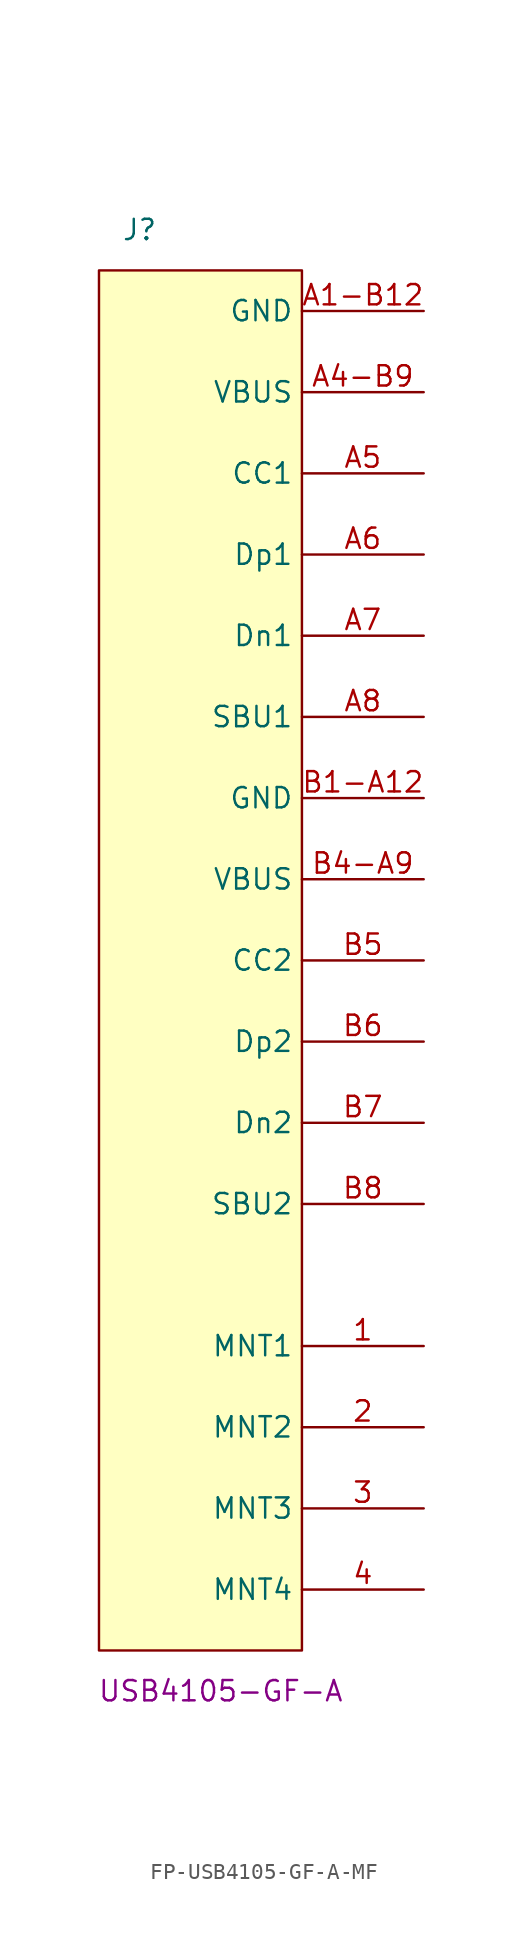
<source format=kicad_sym>
(kicad_symbol_lib
  (version 20231120)
  (generator "kicad_symbol_editor")
  (generator_version "8.0")
  (symbol "FP-USB4105-GF-A-MF"
    (property "Reference" "J"
      (at -10.16 5.08 0)
      (effects (font (size 1.27 1.27))))
    (property "Display Value" "USB4105-GF-A"
      (at -5.08 -86.36 0)
      (effects (font (size 1.27 1.27))))
    (symbol "FP-USB4105-GF-A-MF_1_1"
      (rectangle (start -12.7 2.54) (end 0 -83.82) (stroke (width 0) (type default)) (fill (type background)))
      (pin unspecified line (at 7.62 -64.77 180) (length 7.62) (name "MNT1" (effects (font (size 1.27 1.27)))) (number "1" (effects (font (size 1.27 1.27)))))
      (pin unspecified line (at 7.62 -69.85 180) (length 7.62) (name "MNT2" (effects (font (size 1.27 1.27)))) (number "2" (effects (font (size 1.27 1.27)))))
      (pin unspecified line (at 7.62 -74.93 180) (length 7.62) (name "MNT3" (effects (font (size 1.27 1.27)))) (number "3" (effects (font (size 1.27 1.27)))))
      (pin unspecified line (at 7.62 -80.01 180) (length 7.62) (name "MNT4" (effects (font (size 1.27 1.27)))) (number "4" (effects (font (size 1.27 1.27)))))
      (pin unspecified line (at 7.62 0 180) (length 7.62) (name "GND" (effects (font (size 1.27 1.27)))) (number "A1-B12" (effects (font (size 1.27 1.27)))))
      (pin unspecified line (at 7.62 -5.08 180) (length 7.62) (name "VBUS" (effects (font (size 1.27 1.27)))) (number "A4-B9" (effects (font (size 1.27 1.27)))))
      (pin unspecified line (at 7.62 -10.16 180) (length 7.62) (name "CC1" (effects (font (size 1.27 1.27)))) (number "A5" (effects (font (size 1.27 1.27)))))
      (pin unspecified line (at 7.62 -15.24 180) (length 7.62) (name "Dp1" (effects (font (size 1.27 1.27)))) (number "A6" (effects (font (size 1.27 1.27)))))
      (pin unspecified line (at 7.62 -20.32 180) (length 7.62) (name "Dn1" (effects (font (size 1.27 1.27)))) (number "A7" (effects (font (size 1.27 1.27)))))
      (pin unspecified line (at 7.62 -25.4 180) (length 7.62) (name "SBU1" (effects (font (size 1.27 1.27)))) (number "A8" (effects (font (size 1.27 1.27)))))
      (pin unspecified line (at 7.62 -30.48 180) (length 7.62) (name "GND" (effects (font (size 1.27 1.27)))) (number "B1-A12" (effects (font (size 1.27 1.27)))))
      (pin unspecified line (at 7.62 -35.56 180) (length 7.62) (name "VBUS" (effects (font (size 1.27 1.27)))) (number "B4-A9" (effects (font (size 1.27 1.27)))))
      (pin unspecified line (at 7.62 -40.64 180) (length 7.62) (name "CC2" (effects (font (size 1.27 1.27)))) (number "B5" (effects (font (size 1.27 1.27)))))
      (pin unspecified line (at 7.62 -45.72 180) (length 7.62) (name "Dp2" (effects (font (size 1.27 1.27)))) (number "B6" (effects (font (size 1.27 1.27)))))
      (pin unspecified line (at 7.62 -50.8 180) (length 7.62) (name "Dn2" (effects (font (size 1.27 1.27)))) (number "B7" (effects (font (size 1.27 1.27)))))
      (pin unspecified line (at 7.62 -55.88 180) (length 7.62) (name "SBU2" (effects (font (size 1.27 1.27)))) (number "B8" (effects (font (size 1.27 1.27))))))))
</source>
